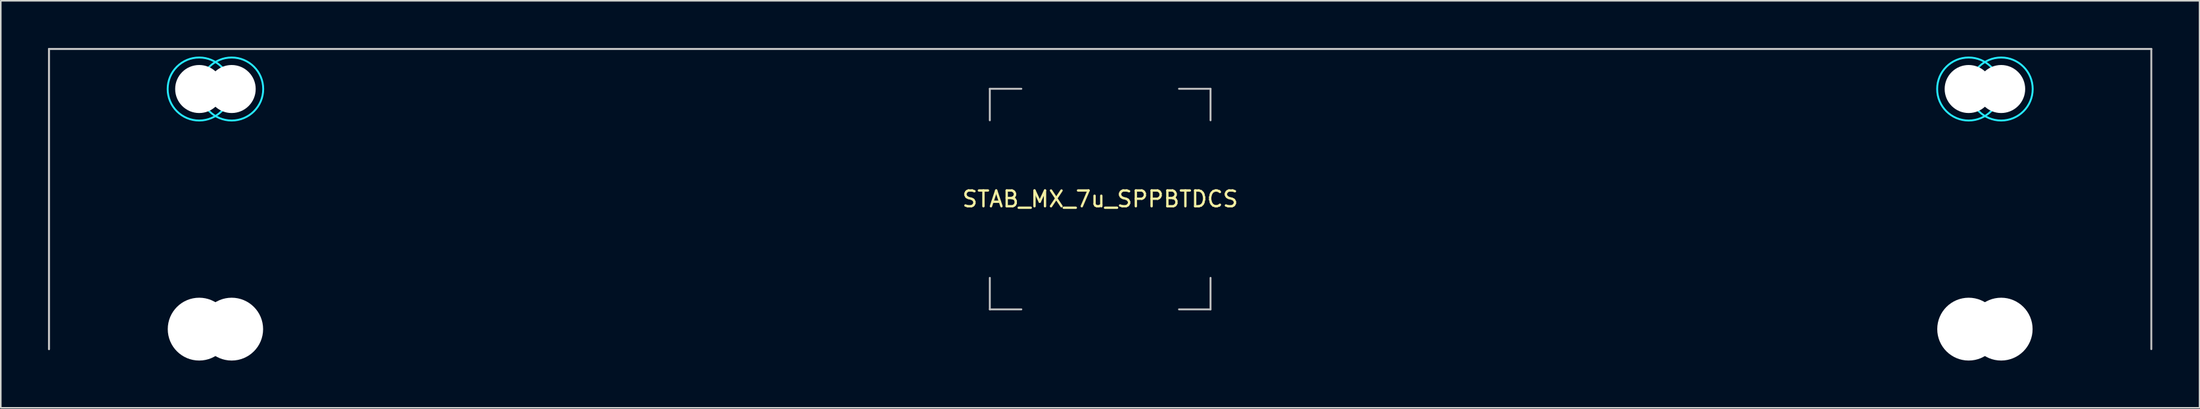
<source format=kicad_pcb>
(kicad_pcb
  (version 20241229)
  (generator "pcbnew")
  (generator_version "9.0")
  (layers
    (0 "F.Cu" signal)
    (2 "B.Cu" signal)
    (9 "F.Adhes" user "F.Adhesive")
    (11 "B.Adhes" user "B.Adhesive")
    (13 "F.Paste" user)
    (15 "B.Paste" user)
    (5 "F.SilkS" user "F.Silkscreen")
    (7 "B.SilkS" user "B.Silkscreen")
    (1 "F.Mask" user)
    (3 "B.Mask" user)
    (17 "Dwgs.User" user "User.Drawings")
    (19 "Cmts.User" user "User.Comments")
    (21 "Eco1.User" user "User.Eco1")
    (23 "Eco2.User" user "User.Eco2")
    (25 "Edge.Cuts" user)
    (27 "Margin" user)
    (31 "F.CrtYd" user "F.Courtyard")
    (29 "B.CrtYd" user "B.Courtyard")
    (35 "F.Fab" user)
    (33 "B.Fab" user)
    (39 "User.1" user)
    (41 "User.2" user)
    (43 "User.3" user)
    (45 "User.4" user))
  (footprint "STAB_MX_7u_SPPBTDCS"
    (layer "F.Cu")
    (at 66.735 9.585)
    (property "Reference" "STAB_MX_7u_SPPBTDCS" (at 0 0 0) (layer "F.SilkS") (effects (font (size 1 1) (thickness 0.15))))
    (attr through_hole exclude_from_pos_files exclude_from_bom)
    (fp_line (start -66.675 -9.525) (end -66.675 9.525) (stroke (width 0.12) (type solid)) (layer "Dwgs.User"))
    (fp_line (start -66.675 -9.525) (end -66.675 9.525) (stroke (width 0.12) (type solid)) (layer "Dwgs.User"))
    (fp_line (start -66.675 -9.525) (end 66.675 -9.525) (stroke (width 0.12) (type solid)) (layer "Dwgs.User"))
    (fp_line (start -66.675 -9.525) (end 66.675 -9.525) (stroke (width 0.12) (type solid)) (layer "Dwgs.User"))
    (fp_line (start -7 -7) (end -5 -7) (stroke (width 0.12) (type solid)) (layer "Dwgs.User"))
    (fp_line (start -7 -5) (end -7 -7) (stroke (width 0.12) (type solid)) (layer "Dwgs.User"))
    (fp_line (start -7 7) (end -7 5) (stroke (width 0.12) (type solid)) (layer "Dwgs.User"))
    (fp_line (start -5 7) (end -7 7) (stroke (width 0.12) (type solid)) (layer "Dwgs.User"))
    (fp_line (start 5 -7) (end 7 -7) (stroke (width 0.12) (type solid)) (layer "Dwgs.User"))
    (fp_line (start 5 7) (end 7 7) (stroke (width 0.12) (type solid)) (layer "Dwgs.User"))
    (fp_line (start 7 -7) (end 7 -5) (stroke (width 0.12) (type solid)) (layer "Dwgs.User"))
    (fp_line (start 7 7) (end 7 5) (stroke (width 0.12) (type solid)) (layer "Dwgs.User"))
    (fp_line (start 66.675 -9.525) (end 66.675 9.525) (stroke (width 0.12) (type solid)) (layer "Dwgs.User"))
    (fp_line (start -60.525 -5.5) (end -60.525 7.5) (stroke (width 0.05) (type solid)) (layer "Eco2.User"))
    (fp_line (start -60.025 -6) (end -54.275 -6) (stroke (width 0.05) (type solid)) (layer "Eco2.User"))
    (fp_line (start -60.025 8) (end -54.275 8) (stroke (width 0.05) (type solid)) (layer "Eco2.User"))
    (fp_line (start -58.465 -5.5) (end -58.465 7.5) (stroke (width 0.05) (type solid)) (layer "Eco2.User"))
    (fp_line (start -57.965 -6) (end -52.215 -6) (stroke (width 0.05) (type solid)) (layer "Eco2.User"))
    (fp_line (start -57.965 8) (end -52.215 8) (stroke (width 0.05) (type solid)) (layer "Eco2.User"))
    (fp_line (start -53.775 -5.5) (end -53.775 7.5) (stroke (width 0.05) (type solid)) (layer "Eco2.User"))
    (fp_line (start -51.715 -5.5) (end -51.715 7.5) (stroke (width 0.05) (type solid)) (layer "Eco2.User"))
    (fp_line (start 51.715 -5.5) (end 51.715 7.5) (stroke (width 0.05) (type solid)) (layer "Eco2.User"))
    (fp_line (start 52.215 -6) (end 57.964 -6) (stroke (width 0.05) (type solid)) (layer "Eco2.User"))
    (fp_line (start 52.215 8) (end 57.965 8) (stroke (width 0.05) (type solid)) (layer "Eco2.User"))
    (fp_line (start 53.775 -5.5) (end 53.775 7.5) (stroke (width 0.05) (type solid)) (layer "Eco2.User"))
    (fp_line (start 54.275 -6) (end 60.024 -6) (stroke (width 0.05) (type solid)) (layer "Eco2.User"))
    (fp_line (start 54.275 8) (end 60.025 8) (stroke (width 0.05) (type solid)) (layer "Eco2.User"))
    (fp_line (start 58.464 -5.5) (end 58.465 7.5) (stroke (width 0.05) (type solid)) (layer "Eco2.User"))
    (fp_line (start 60.524 -5.5) (end 60.525 7.5) (stroke (width 0.05) (type solid)) (layer "Eco2.User"))
    (fp_arc (start -60.525 -5.499999) (mid -60.378553 -5.853552) (end -60.025 -5.999999) (stroke (width 0.05) (type solid)) (layer "Eco2.User"))
    (fp_arc (start -60.025 8.000001) (mid -60.378553 7.853554) (end -60.525 7.500001) (stroke (width 0.05) (type solid)) (layer "Eco2.User"))
    (fp_arc (start -58.465 -5.499999) (mid -58.318553 -5.853552) (end -57.965 -5.999999) (stroke (width 0.05) (type solid)) (layer "Eco2.User"))
    (fp_arc (start -57.965 8.000001) (mid -58.318553 7.853554) (end -58.465 7.500001) (stroke (width 0.05) (type solid)) (layer "Eco2.User"))
    (fp_arc (start -54.275 -5.999999) (mid -53.921447 -5.853552) (end -53.775 -5.499999) (stroke (width 0.05) (type solid)) (layer "Eco2.User"))
    (fp_arc (start -53.775 7.500001) (mid -53.921447 7.853554) (end -54.275 8.000001) (stroke (width 0.05) (type solid)) (layer "Eco2.User"))
    (fp_arc (start -52.215 -5.999999) (mid -51.861447 -5.853552) (end -51.715 -5.499999) (stroke (width 0.05) (type solid)) (layer "Eco2.User"))
    (fp_arc (start -51.715 7.500001) (mid -51.861447 7.853554) (end -52.215 8.000001) (stroke (width 0.05) (type solid)) (layer "Eco2.User"))
    (fp_arc (start 51.715 -5.499999) (mid 51.861446 -5.853553) (end 52.215 -5.999999) (stroke (width 0.05) (type solid)) (layer "Eco2.User"))
    (fp_arc (start 52.215 8.000001) (mid 51.861446 7.853554) (end 51.715 7.500001) (stroke (width 0.05) (type solid)) (layer "Eco2.User"))
    (fp_arc (start 53.775 -5.499999) (mid 53.921447 -5.853552) (end 54.275 -5.999999) (stroke (width 0.05) (type solid)) (layer "Eco2.User"))
    (fp_arc (start 54.275 8.000001) (mid 53.921447 7.853554) (end 53.775 7.500001) (stroke (width 0.05) (type solid)) (layer "Eco2.User"))
    (fp_arc (start 57.963789 -5.999999) (mid 58.317349 -5.853556) (end 58.463789 -5.499999) (stroke (width 0.05) (type solid)) (layer "Eco2.User"))
    (fp_arc (start 58.465 7.500001) (mid 58.318553 7.853554) (end 57.965 8.000001) (stroke (width 0.05) (type solid)) (layer "Eco2.User"))
    (fp_arc (start 60.023789 -5.999999) (mid 60.377342 -5.853552) (end 60.523789 -5.499999) (stroke (width 0.05) (type solid)) (layer "Eco2.User"))
    (fp_arc (start 60.525 7.500001) (mid 60.378553 7.853554) (end 60.025 8.000001) (stroke (width 0.05) (type solid)) (layer "Eco2.User"))
    (fp_circle (center -57.15 -6.985) (end -55.15 -6.985) (stroke (width 0.12) (type solid)) (fill no) (layer "B.CrtYd"))
    (fp_circle (center -55.09 -6.985) (end -53.09 -6.985) (stroke (width 0.12) (type solid)) (fill no) (layer "B.CrtYd"))
    (fp_circle (center 55.09 -6.985) (end 57.09 -6.985) (stroke (width 0.12) (type solid)) (fill no) (layer "B.CrtYd"))
    (fp_circle (center 57.15 -6.985) (end 59.15 -6.985) (stroke (width 0.12) (type solid)) (fill no) (layer "B.CrtYd"))
    (pad "" np_thru_hole circle (at -57.15 -6.985) (size 3.048 3.048) (drill 3.048) (layers "*.Cu" "*.Mask"))
    (pad "" np_thru_hole circle (at -57.15 8.255) (size 3.988 3.988) (drill 3.988) (layers "*.Cu" "*.Mask"))
    (pad "" np_thru_hole circle (at -55.09 -6.985) (size 3.048 3.048) (drill 3.048) (layers "*.Cu" "*.Mask"))
    (pad "" np_thru_hole circle (at -55.09 8.255) (size 3.988 3.988) (drill 3.988) (layers "*.Cu" "*.Mask"))
    (pad "" np_thru_hole circle (at 55.09 -6.985) (size 3.048 3.048) (drill 3.048) (layers "*.Cu" "*.Mask"))
    (pad "" np_thru_hole circle (at 55.09 8.255) (size 3.988 3.988) (drill 3.988) (layers "*.Cu" "*.Mask"))
    (pad "" np_thru_hole circle (at 57.15 -6.985) (size 3.048 3.048) (drill 3.048) (layers "*.Cu" "*.Mask"))
    (pad "" np_thru_hole circle (at 57.15 8.255) (size 3.988 3.988) (drill 3.988) (layers "*.Cu" "*.Mask")))
  (gr_rect
    (start -3 -3)
    (end 136.47 22.834)
    (stroke (width 0.1) (type default))
    (fill no)
    (layer "Edge.Cuts")))
</source>
